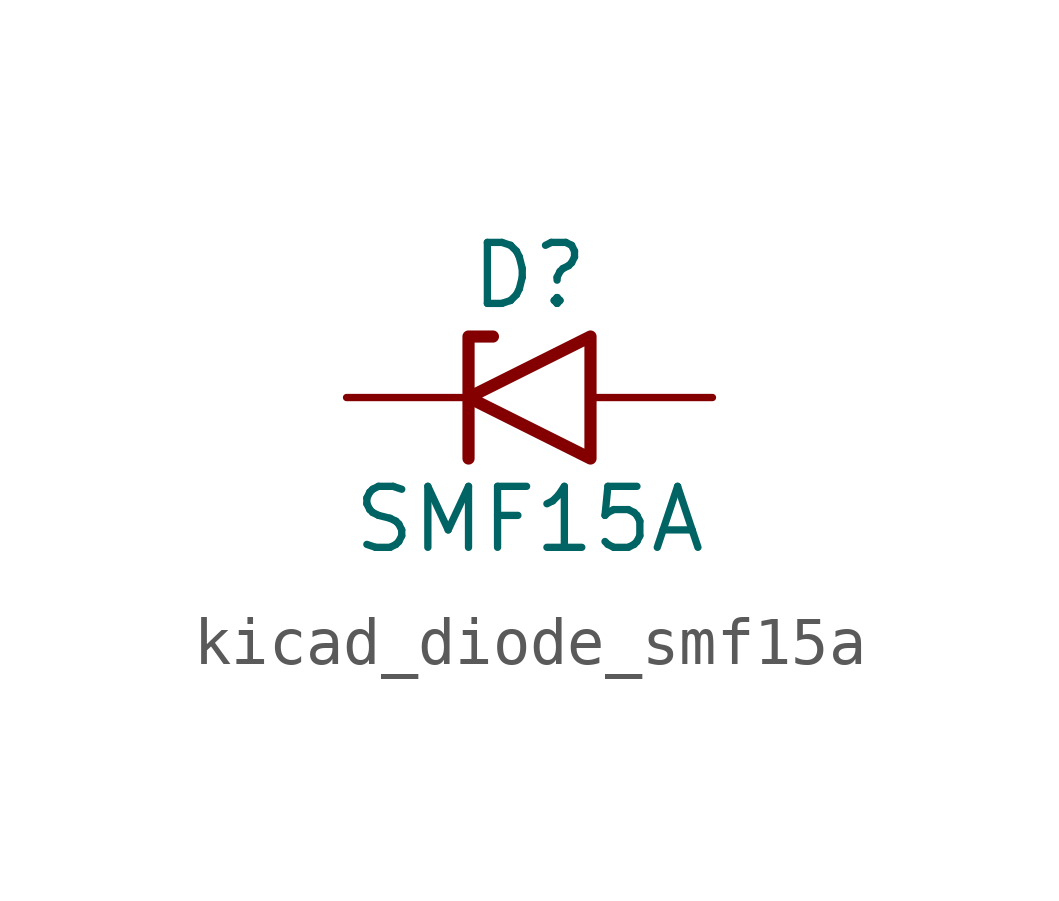
<source format=kicad_sym>
(kicad_symbol_lib
  (version 20220914)
  (generator kicad_symbol_editor)
  (symbol "kicad_diode_smf15a"
    (pin_numbers hide)
    (pin_names
      (offset 1.016) hide)
    (property "Reference" "D"
      (at 0 2.54 0)
      (effects (font (size 1.27 1.27))))
    (property "Value" "SMF15A"
      (at 0 -2.54 0)
      (effects (font (size 1.27 1.27))))
    (symbol "kicad_diode_smf15a_0_1"
      (polyline (pts (xy -0.762 1.27) (xy -1.27 1.27) (xy -1.27 -1.27)) (stroke (width 0.254) (type default)) (fill (type none)))
      (polyline (pts (xy 1.27 1.27) (xy 1.27 -1.27) (xy -1.27 0) (xy 1.27 1.27)) (stroke (width 0.254) (type default)) (fill (type none))))
    (symbol "kicad_diode_smf15a_1_1"
      (pin passive line (at -3.81 0 0) (length 2.54) (name "A1" (effects (font (size 1.27 1.27)))) (number "1" (effects (font (size 1.27 1.27)))))
      (pin passive line (at 3.81 0 180) (length 2.54) (name "A2" (effects (font (size 1.27 1.27)))) (number "2" (effects (font (size 1.27 1.27))))))))
</source>
